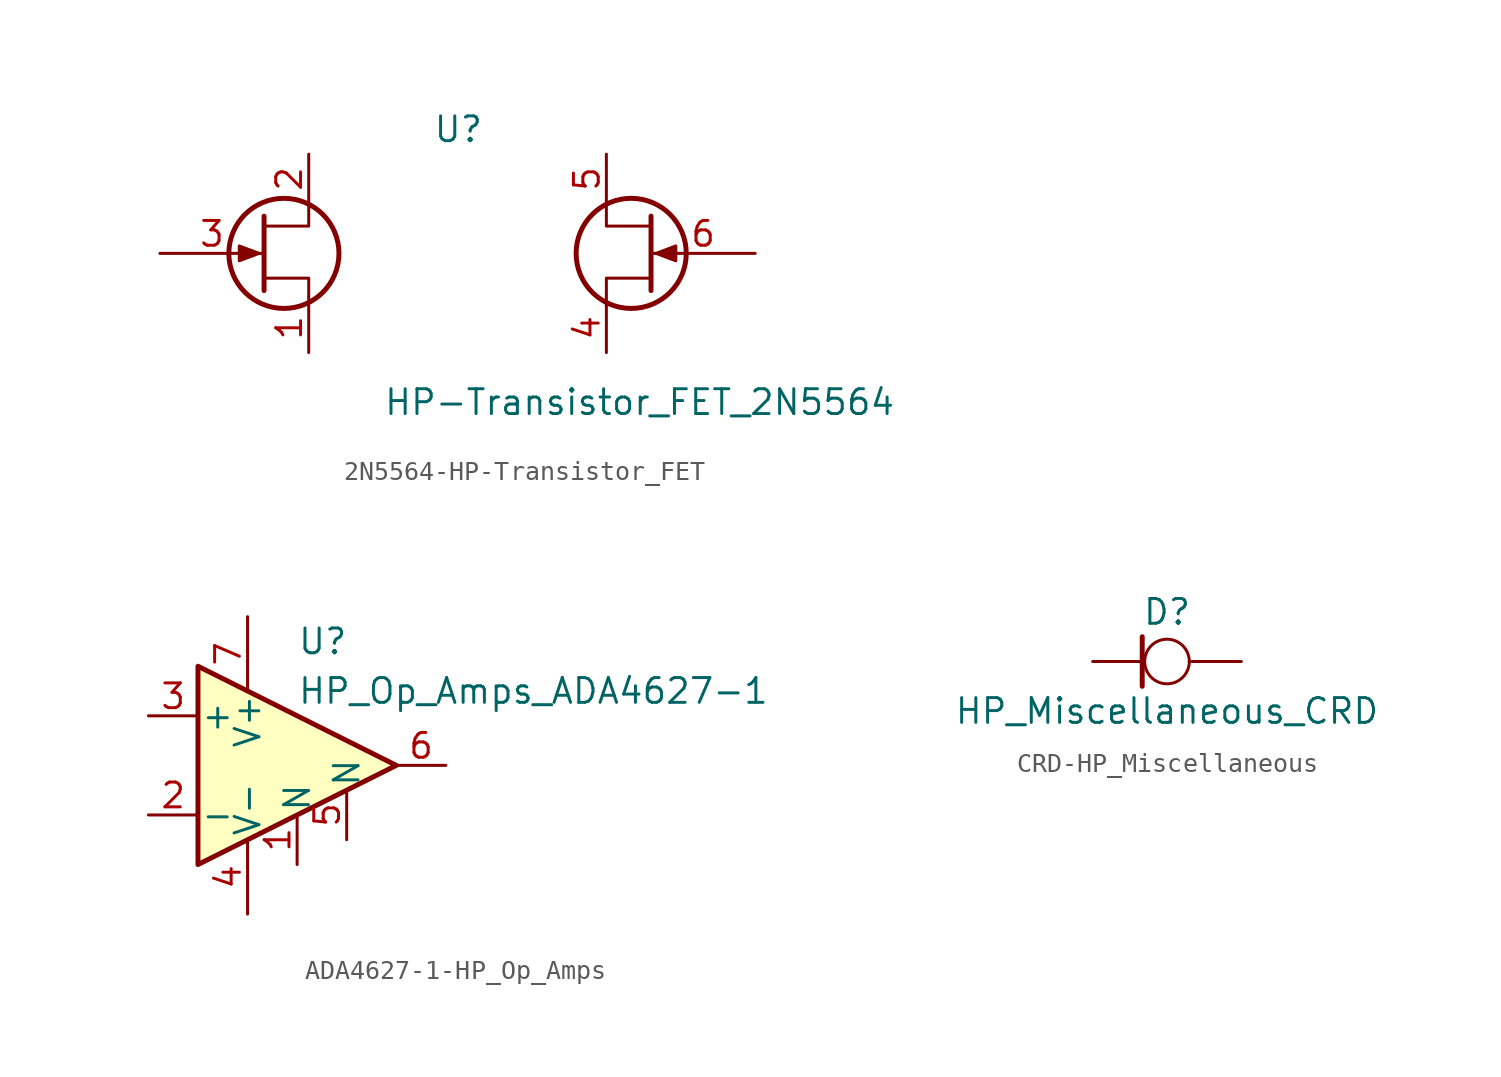
<source format=kicad_sym>
(kicad_symbol_lib
  (version 20220914)
  (generator kicad_symbol_editor)
  (symbol "2N5564-HP-Transistor_FET"
    (pin_names
      (offset 0) hide)
    (property "Reference" "U"
      (at -1.27 6.35 0)
      (effects (font (size 1.27 1.27)) (justify left)))
    (property "Value" "HP-Transistor_FET_2N5564"
      (at -3.81 -7.62 0)
      (effects (font (size 1.27 1.27)) (justify left)))
    (symbol "2N5564-HP-Transistor_FET_0_1"
      (circle (center -8.89 0) (radius 2.819) (stroke (width 0.254) (type solid)) (fill (type none)))
      (polyline (pts (xy -9.906 1.905) (xy -9.906 -1.905) (xy -9.906 -1.905)) (stroke (width 0.254) (type solid)) (fill (type none)))
      (polyline (pts (xy -7.62 -2.54) (xy -7.62 -1.27) (xy -9.906 -1.27)) (stroke (width 0) (type solid)) (fill (type none)))
      (polyline (pts (xy -7.62 2.54) (xy -7.62 1.397) (xy -9.906 1.397)) (stroke (width 0) (type solid)) (fill (type none)))
      (polyline (pts (xy -10.16 0) (xy -11.176 0.381) (xy -11.176 -0.381) (xy -10.16 0)) (stroke (width 0) (type solid)) (fill (type outline))))
    (symbol "2N5564-HP-Transistor_FET_1_1"
      (polyline (pts (xy 7.62 -2.54) (xy 7.62 -1.27) (xy 9.906 -1.27)) (stroke (width 0) (type solid)) (fill (type none)))
      (polyline (pts (xy 7.62 2.54) (xy 7.62 1.397) (xy 9.906 1.397)) (stroke (width 0) (type solid)) (fill (type none)))
      (polyline (pts (xy 9.906 1.905) (xy 9.906 -1.905) (xy 9.906 -1.905)) (stroke (width 0.254) (type solid)) (fill (type none)))
      (polyline (pts (xy 10.16 0) (xy 11.176 0.381) (xy 11.176 -0.381) (xy 10.16 0)) (stroke (width 0) (type solid)) (fill (type outline)))
      (circle (center 8.89 0) (radius 2.819) (stroke (width 0.254) (type solid)) (fill (type none)))
      (pin passive line (at -7.62 -5.08 90) (length 2.54) (name "1S" (effects (font (size 1.27 1.27)))) (number "1" (effects (font (size 1.27 1.27)))))
      (pin passive line (at -7.62 5.08 270) (length 2.54) (name "1D" (effects (font (size 1.27 1.27)))) (number "2" (effects (font (size 1.27 1.27)))))
      (pin input line (at -15.24 0 0) (length 5.334) (name "1G" (effects (font (size 1.27 1.27)))) (number "3" (effects (font (size 1.27 1.27)))))
      (pin passive line (at 7.62 -5.08 90) (length 2.54) (name "2S" (effects (font (size 1.27 1.27)))) (number "4" (effects (font (size 1.27 1.27)))))
      (pin passive line (at 7.62 5.08 270) (length 2.54) (name "2D" (effects (font (size 1.27 1.27)))) (number "5" (effects (font (size 1.27 1.27)))))
      (pin input line (at 15.24 0 180) (length 5.334) (name "2G" (effects (font (size 1.27 1.27)))) (number "6" (effects (font (size 1.27 1.27)))))))
  (symbol "ADA4627-1-HP_Op_Amps"
    (pin_names
      (offset 0.127))
    (property "Reference" "U"
      (at 0 6.35 0)
      (effects (font (size 1.27 1.27)) (justify left)))
    (property "Value" "HP_Op_Amps_ADA4627-1"
      (at 0 3.81 0)
      (effects (font (size 1.27 1.27)) (justify left)))
    (symbol "ADA4627-1-HP_Op_Amps_0_1"
      (polyline (pts (xy -5.08 5.08) (xy 5.08 0) (xy -5.08 -5.08) (xy -5.08 5.08)) (stroke (width 0.254) (type solid)) (fill (type background))))
    (symbol "ADA4627-1-HP_Op_Amps_1_1"
      (pin unspecified line (at 0 -5.08 90) (length 2.54) (name "N" (effects (font (size 1.27 1.27)))) (number "1" (effects (font (size 1.27 1.27)))))
      (pin input line (at -7.62 -2.54 0) (length 2.54) (name "-" (effects (font (size 1.27 1.27)))) (number "2" (effects (font (size 1.27 1.27)))))
      (pin input line (at -7.62 2.54 0) (length 2.54) (name "+" (effects (font (size 1.27 1.27)))) (number "3" (effects (font (size 1.27 1.27)))))
      (pin power_in line (at -2.54 -7.62 90) (length 3.81) (name "V-" (effects (font (size 1.27 1.27)))) (number "4" (effects (font (size 1.27 1.27)))))
      (pin unspecified line (at 2.54 -3.81 90) (length 2.54) (name "N" (effects (font (size 1.27 1.27)))) (number "5" (effects (font (size 1.27 1.27)))))
      (pin output line (at 7.62 0 180) (length 2.54) (name "~" (effects (font (size 1.27 1.27)))) (number "6" (effects (font (size 1.27 1.27)))))
      (pin power_in line (at -2.54 7.62 270) (length 3.81) (name "V+" (effects (font (size 1.27 1.27)))) (number "7" (effects (font (size 1.27 1.27)))))))
  (symbol "CRD-HP_Miscellaneous"
    (pin_numbers hide)
    (pin_names
      (offset 1.016) hide)
    (property "Reference" "D"
      (at 0 2.54 0)
      (effects (font (size 1.27 1.27))))
    (property "Value" "HP_Miscellaneous_CRD"
      (at 0 -2.54 0)
      (effects (font (size 1.27 1.27))))
    (symbol "CRD-HP_Miscellaneous_0_1"
      (polyline (pts (xy -1.27 1.27) (xy -1.27 -1.27)) (stroke (width 0.254) (type solid)) (fill (type none)))
      (polyline (pts (xy 1.143 0) (xy 1.27 0)) (stroke (width 0) (type solid)) (fill (type none)))
      (circle (center 0 0) (radius 1.143) (stroke (width 0) (type solid)) (fill (type none))))
    (symbol "CRD-HP_Miscellaneous_1_1"
      (pin passive line (at -3.81 0 0) (length 2.54) (name "K" (effects (font (size 1.27 1.27)))) (number "1" (effects (font (size 1.27 1.27)))))
      (pin passive line (at 3.81 0 180) (length 2.54) (name "A" (effects (font (size 1.27 1.27)))) (number "2" (effects (font (size 1.27 1.27))))))))
</source>
